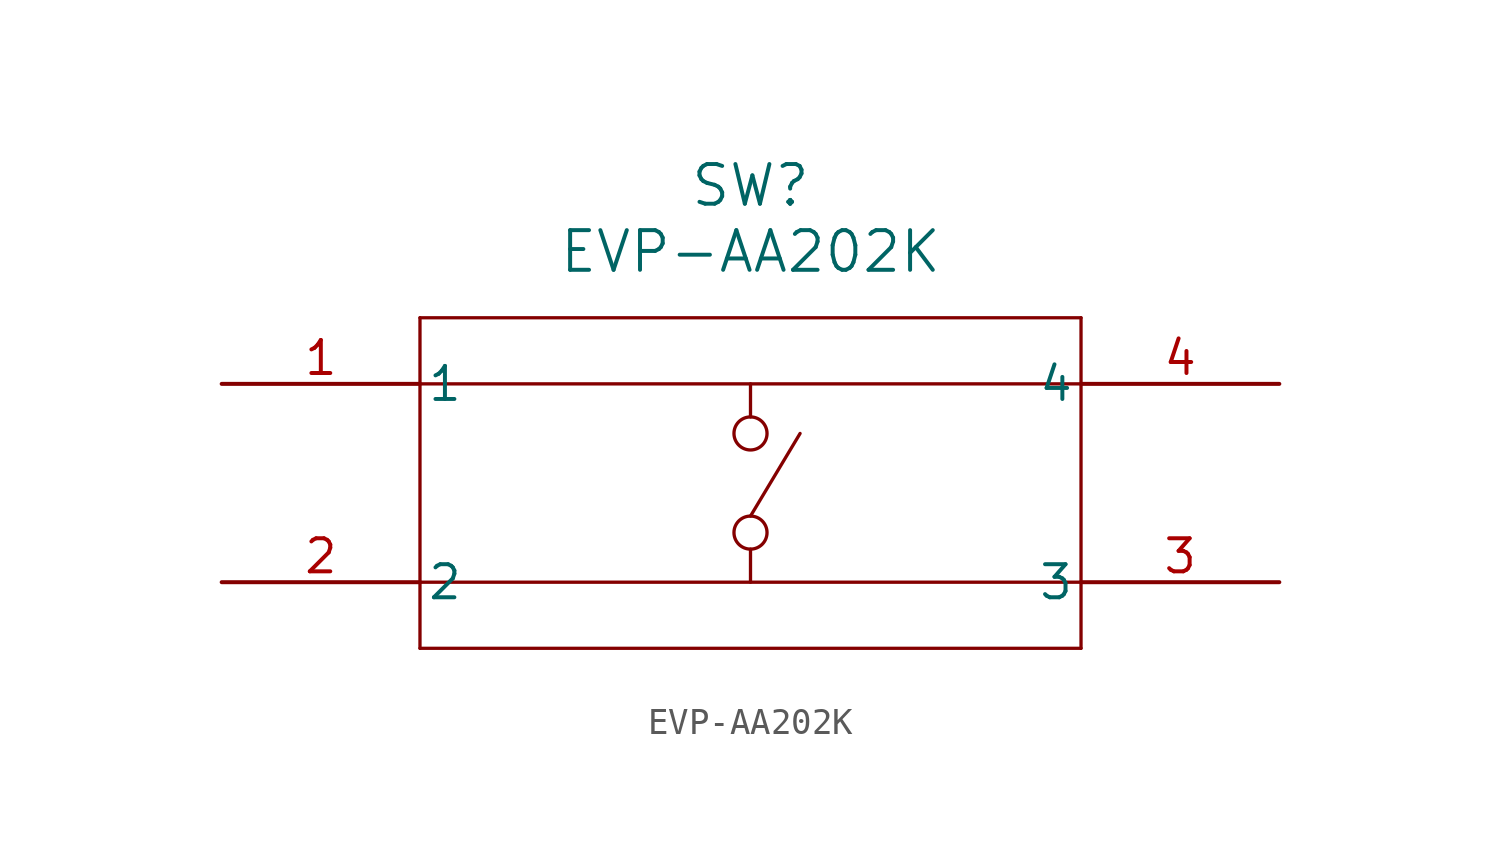
<source format=kicad_sym>
(kicad_symbol_lib
  (version 20211014)
  (generator kicad_symbol_editor)
  (symbol "EVP-AA202K"
    (pin_names
      (offset 0.254))
    (property "Reference" "SW"
      (at 20.32 7.62 0)
      (effects (font (size 1.524 1.524))))
    (property "Value" "EVP-AA202K"
      (at 20.32 5.08 0)
      (effects (font (size 1.524 1.524))))
    (symbol "EVP-AA202K_0_1"
      (polyline (pts (xy 7.62 2.54) (xy 7.62 -10.16)) (stroke (width 0.127) (type default) (color 0 0 0 0)) (fill (type none)))
      (polyline (pts (xy 7.62 -10.16) (xy 33.02 -10.16)) (stroke (width 0.127) (type default) (color 0 0 0 0)) (fill (type none)))
      (polyline (pts (xy 33.02 -10.16) (xy 33.02 2.54)) (stroke (width 0.127) (type default) (color 0 0 0 0)) (fill (type none)))
      (polyline (pts (xy 33.02 2.54) (xy 7.62 2.54)) (stroke (width 0.127) (type default) (color 0 0 0 0)) (fill (type none)))
      (polyline (pts (xy 7.62 0) (xy 33.02 0)) (stroke (width 0.127) (type default) (color 0 0 0 0)) (fill (type none)))
      (polyline (pts (xy 33.02 -7.62) (xy 7.62 -7.62)) (stroke (width 0.127) (type default) (color 0 0 0 0)) (fill (type none)))
      (polyline (pts (xy 20.32 0) (xy 20.32 -1.27)) (stroke (width 0.127) (type default) (color 0 0 0 0)) (fill (type none)))
      (polyline (pts (xy 20.32 -7.62) (xy 20.32 -6.35)) (stroke (width 0.127) (type default) (color 0 0 0 0)) (fill (type none)))
      (circle (center 20.32 -1.905) (radius 0.635) (stroke (width 0.127) (type default) (color 0 0 0 0)) (fill (type none)))
      (circle (center 20.32 -5.715) (radius 0.635) (stroke (width 0.127) (type default) (color 0 0 0 0)) (fill (type none)))
      (polyline (pts (xy 20.32 -5.08) (xy 22.225 -1.905)) (stroke (width 0.127) (type default) (color 0 0 0 0)) (fill (type none)))
      (pin unspecified line (at 0 0 0) (length 7.62) (name "1" (effects (font (size 1.27 1.27)))) (number "1" (effects (font (size 1.27 1.27)))))
      (pin unspecified line (at 0 -7.62 0) (length 7.62) (name "2" (effects (font (size 1.27 1.27)))) (number "2" (effects (font (size 1.27 1.27)))))
      (pin unspecified line (at 40.64 -7.62 180) (length 7.62) (name "3" (effects (font (size 1.27 1.27)))) (number "3" (effects (font (size 1.27 1.27)))))
      (pin unspecified line (at 40.64 0 180) (length 7.62) (name "4" (effects (font (size 1.27 1.27)))) (number "4" (effects (font (size 1.27 1.27))))))))
</source>
